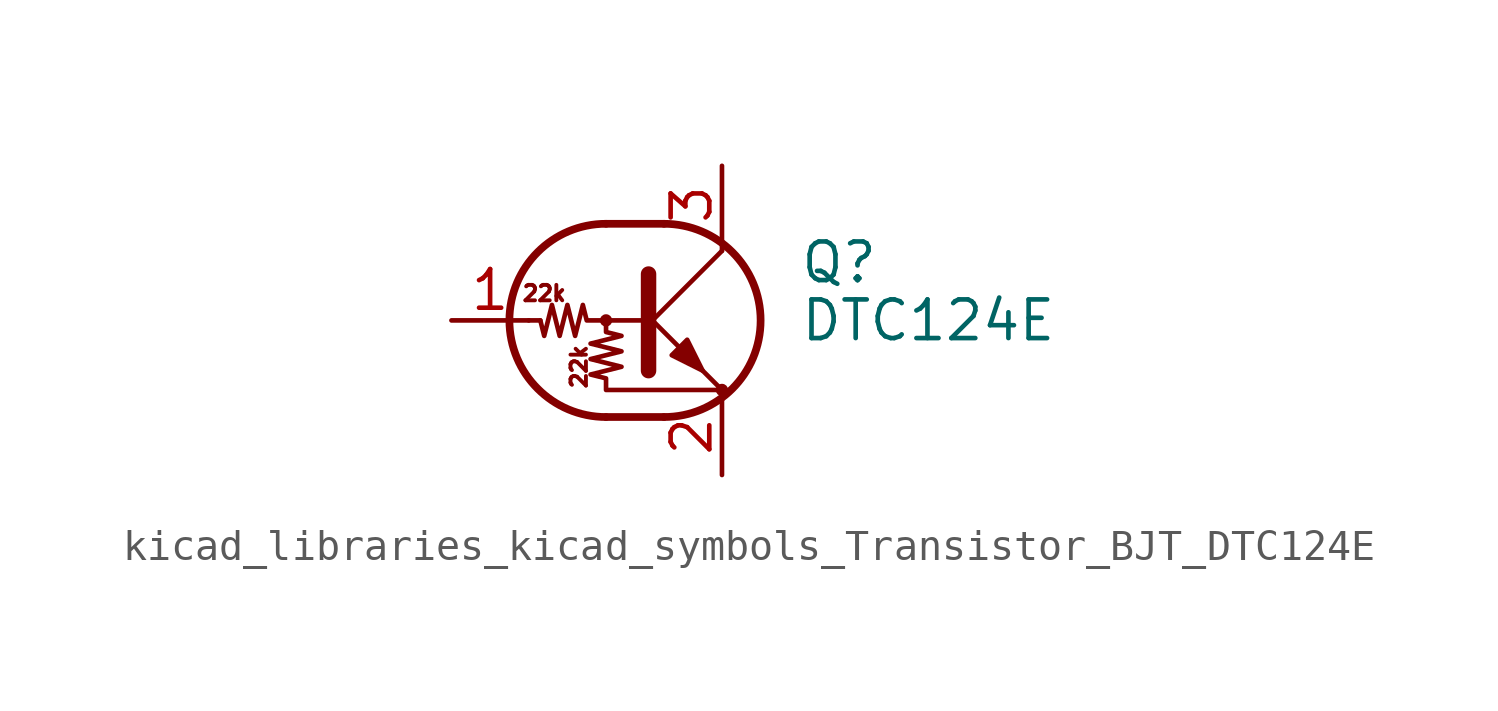
<source format=kicad_sym>
(kicad_symbol_lib
  (version 20220914)
  (generator kicad_symbol_editor)
  (symbol "kicad_libraries_kicad_symbols_Transistor_BJT_DTC124E"
    (pin_names
      (offset 0) hide)
    (property "Reference" "Q"
      (at 5.08 1.905 0)
      (effects (font (size 1.27 1.27)) (justify left)))
    (property "Value" "DTC124E"
      (at 5.08 0 0)
      (effects (font (size 1.27 1.27)) (justify left)))
    (symbol "kicad_libraries_kicad_symbols_Transistor_BJT_DTC124E_0_0"
      (text "22k" (at -3.302 0.889 0) (effects (font (size 0.508 0.508))))
      (text "22k" (at -2.159 -1.524 900) (effects (font (size 0.508 0.508)))))
    (symbol "kicad_libraries_kicad_symbols_Transistor_BJT_DTC124E_0_1"
      (circle (center -1.27 0) (radius 0.127) (stroke (width 0) (type default)) (fill (type none)))
      (arc (start -1.27 3.175) (mid -4.4312 0) (end -1.27 -3.175) (stroke (width 0.254) (type default)) (fill (type none)))
      (polyline (pts (xy -3.429 0) (xy -3.81 0)) (stroke (width 0) (type default)) (fill (type none)))
      (polyline (pts (xy -1.27 -3.175) (xy 0.635 -3.175)) (stroke (width 0.254) (type default)) (fill (type none)))
      (polyline (pts (xy -1.27 3.175) (xy 0.635 3.175)) (stroke (width 0.254) (type default)) (fill (type none)))
      (polyline (pts (xy 0 -0.254) (xy 2.54 2.286)) (stroke (width 0) (type default)) (fill (type none)))
      (polyline (pts (xy 0.127 1.524) (xy 0.127 -1.651)) (stroke (width 0.508) (type default)) (fill (type outline)))
      (polyline (pts (xy 2.54 2.286) (xy 2.54 2.54)) (stroke (width 0) (type default)) (fill (type none)))
      (polyline (pts (xy 2.54 -2.286) (xy 0 0.254) (xy 0 0.254)) (stroke (width 0) (type default)) (fill (type none)))
      (polyline (pts (xy 0.889 -1.143) (xy 1.397 -0.635) (xy 1.905 -1.651) (xy 0.889 -1.143)) (stroke (width 0) (type default)) (fill (type outline)))
      (polyline (pts (xy 0 0) (xy -1.905 0) (xy -2.032 0.508) (xy -2.286 -0.508) (xy -2.54 0.508) (xy -2.794 -0.508) (xy -3.048 0.508) (xy -3.302 -0.508) (xy -3.429 0)) (stroke (width 0) (type default)) (fill (type none)))
      (polyline (pts (xy -1.27 0) (xy -1.27 -0.381) (xy -0.762 -0.508) (xy -1.778 -0.762) (xy -0.762 -1.016) (xy -1.778 -1.27) (xy -0.762 -1.524) (xy -1.778 -1.778) (xy -1.27 -1.905) (xy -1.27 -2.286) (xy 2.54 -2.286)) (stroke (width 0) (type default)) (fill (type none)))
      (arc (start 0.635 -3.175) (mid 3.7962 0) (end 0.635 3.175) (stroke (width 0.254) (type default)) (fill (type none)))
      (circle (center 2.54 -2.286) (radius 0.127) (stroke (width 0) (type default)) (fill (type none))))
    (symbol "kicad_libraries_kicad_symbols_Transistor_BJT_DTC124E_1_1"
      (pin input line (at -6.35 0 0) (length 2.54) (name "B" (effects (font (size 1.27 1.27)))) (number "1" (effects (font (size 1.27 1.27)))))
      (pin passive line (at 2.54 -5.08 90) (length 2.54) (name "E" (effects (font (size 1.27 1.27)))) (number "2" (effects (font (size 1.27 1.27)))))
      (pin passive line (at 2.54 5.08 270) (length 2.54) (name "C" (effects (font (size 1.27 1.27)))) (number "3" (effects (font (size 1.27 1.27))))))))
</source>
